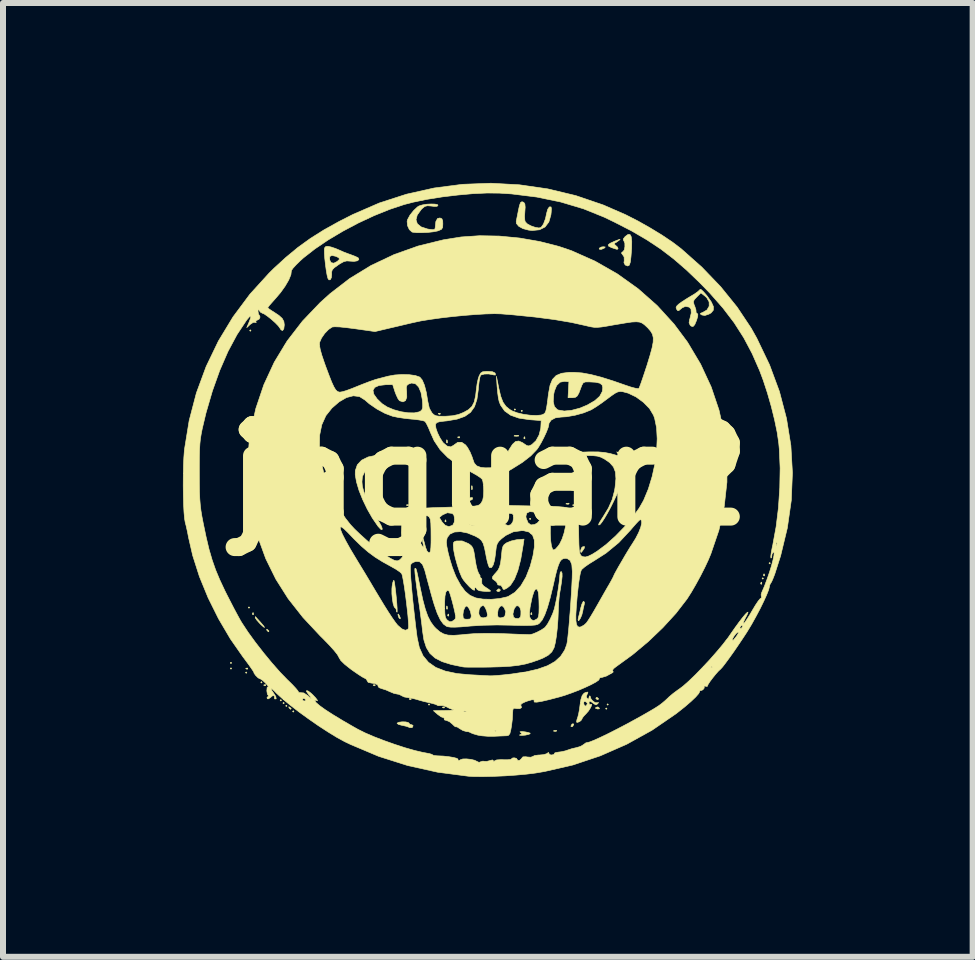
<source format=kicad_pcb>
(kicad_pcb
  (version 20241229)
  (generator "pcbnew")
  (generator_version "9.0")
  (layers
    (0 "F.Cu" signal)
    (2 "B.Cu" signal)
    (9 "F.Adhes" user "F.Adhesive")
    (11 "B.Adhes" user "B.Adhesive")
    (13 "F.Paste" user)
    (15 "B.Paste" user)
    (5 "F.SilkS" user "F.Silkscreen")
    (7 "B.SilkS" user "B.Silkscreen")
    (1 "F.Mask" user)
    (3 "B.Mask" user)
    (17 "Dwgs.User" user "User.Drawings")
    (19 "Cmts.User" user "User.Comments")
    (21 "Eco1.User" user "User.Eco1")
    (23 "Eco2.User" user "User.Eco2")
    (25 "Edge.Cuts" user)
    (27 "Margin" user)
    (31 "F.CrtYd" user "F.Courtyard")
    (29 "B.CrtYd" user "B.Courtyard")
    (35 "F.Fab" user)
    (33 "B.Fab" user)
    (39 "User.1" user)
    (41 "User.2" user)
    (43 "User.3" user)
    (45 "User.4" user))
  (footprint "jaguar2"
    (layer "F.Cu")
    (at 5.107 4.874)
    (property "Reference" "jaguar2" (at 0 0 0) (layer "F.SilkS") (effects (font (size 1.524 1.524) (thickness 0.3))))
    (attr through_hole)
    (fp_poly (pts (xy -4.295 3.129) (xy -4.306 3.14) (xy -4.318 3.129) (xy -4.306 3.117) (xy -4.295 3.129)) (stroke (width 0.01) (type solid)) (fill yes) (layer "F.SilkS"))
    (fp_poly (pts (xy -4.295 3.221) (xy -4.306 3.233) (xy -4.318 3.221) (xy -4.306 3.21) (xy -4.295 3.221)) (stroke (width 0.01) (type solid)) (fill yes) (layer "F.SilkS"))
    (fp_poly (pts (xy -4.041 3.29) (xy -4.052 3.302) (xy -4.064 3.29) (xy -4.052 3.279) (xy -4.041 3.29)) (stroke (width 0.01) (type solid)) (fill yes) (layer "F.SilkS"))
    (fp_poly (pts (xy -3.995 2.205) (xy -4.006 2.217) (xy -4.018 2.205) (xy -4.006 2.194) (xy -3.995 2.205)) (stroke (width 0.01) (type solid)) (fill yes) (layer "F.SilkS"))
    (fp_poly (pts (xy -3.972 -2.413) (xy -3.983 -2.401) (xy -3.995 -2.413) (xy -3.983 -2.425) (xy -3.972 -2.413)) (stroke (width 0.01) (type solid)) (fill yes) (layer "F.SilkS"))
    (fp_poly (pts (xy -3.787 3.452) (xy -3.798 3.464) (xy -3.81 3.452) (xy -3.798 3.441) (xy -3.787 3.452)) (stroke (width 0.01) (type solid)) (fill yes) (layer "F.SilkS"))
    (fp_poly (pts (xy -3.464 3.752) (xy -3.475 3.764) (xy -3.487 3.752) (xy -3.475 3.741) (xy -3.464 3.752)) (stroke (width 0.01) (type solid)) (fill yes) (layer "F.SilkS"))
    (fp_poly (pts (xy -3.417 3.798) (xy -3.429 3.81) (xy -3.441 3.798) (xy -3.429 3.787) (xy -3.417 3.798)) (stroke (width 0.01) (type solid)) (fill yes) (layer "F.SilkS"))
    (fp_poly (pts (xy -3.371 3.845) (xy -3.383 3.856) (xy -3.394 3.845) (xy -3.383 3.833) (xy -3.371 3.845)) (stroke (width 0.01) (type solid)) (fill yes) (layer "F.SilkS"))
    (fp_poly (pts (xy -3.256 3.937) (xy -3.267 3.949) (xy -3.279 3.937) (xy -3.267 3.925) (xy -3.256 3.937)) (stroke (width 0.01) (type solid)) (fill yes) (layer "F.SilkS"))
    (fp_poly (pts (xy -1.455 0.589) (xy -1.466 0.6) (xy -1.478 0.589) (xy -1.466 0.577) (xy -1.455 0.589)) (stroke (width 0.01) (type solid)) (fill yes) (layer "F.SilkS"))
    (fp_poly (pts (xy -0.993 3.822) (xy -1.004 3.833) (xy -1.016 3.822) (xy -1.004 3.81) (xy -0.993 3.822)) (stroke (width 0.01) (type solid)) (fill yes) (layer "F.SilkS"))
    (fp_poly (pts (xy -0.439 0.381) (xy -0.45 0.393) (xy -0.462 0.381) (xy -0.45 0.369) (xy -0.439 0.381)) (stroke (width 0.01) (type solid)) (fill yes) (layer "F.SilkS"))
    (fp_poly (pts (xy -0.3 0.75) (xy -0.312 0.762) (xy -0.323 0.75) (xy -0.312 0.739) (xy -0.3 0.75)) (stroke (width 0.01) (type solid)) (fill yes) (layer "F.SilkS"))
    (fp_poly (pts (xy 0.231 0.358) (xy 0.219 0.369) (xy 0.208 0.358) (xy 0.219 0.346) (xy 0.231 0.358)) (stroke (width 0.01) (type solid)) (fill yes) (layer "F.SilkS"))
    (fp_poly (pts (xy 0.439 -1.097) (xy 0.427 -1.085) (xy 0.416 -1.097) (xy 0.427 -1.108) (xy 0.439 -1.097)) (stroke (width 0.01) (type solid)) (fill yes) (layer "F.SilkS"))
    (fp_poly (pts (xy 0.554 -1.074) (xy 0.543 -1.062) (xy 0.531 -1.074) (xy 0.543 -1.085) (xy 0.554 -1.074)) (stroke (width 0.01) (type solid)) (fill yes) (layer "F.SilkS"))
    (fp_poly (pts (xy 0.693 0.727) (xy 0.681 0.739) (xy 0.67 0.727) (xy 0.681 0.716) (xy 0.693 0.727)) (stroke (width 0.01) (type solid)) (fill yes) (layer "F.SilkS"))
    (fp_poly (pts (xy 1.963 3.891) (xy 1.951 3.902) (xy 1.94 3.891) (xy 1.951 3.879) (xy 1.963 3.891)) (stroke (width 0.01) (type solid)) (fill yes) (layer "F.SilkS"))
    (fp_poly (pts (xy 1.986 3.822) (xy 1.974 3.833) (xy 1.963 3.822) (xy 1.974 3.81) (xy 1.986 3.822)) (stroke (width 0.01) (type solid)) (fill yes) (layer "F.SilkS"))
    (fp_poly (pts (xy 4.572 1.72) (xy 4.56 1.732) (xy 4.549 1.72) (xy 4.56 1.709) (xy 4.572 1.72)) (stroke (width 0.01) (type solid)) (fill yes) (layer "F.SilkS"))
    (fp_poly (pts (xy 4.687 1.466) (xy 4.676 1.478) (xy 4.664 1.466) (xy 4.676 1.455) (xy 4.687 1.466)) (stroke (width 0.01) (type solid)) (fill yes) (layer "F.SilkS"))
    (fp_poly (pts (xy -4.026 3.217) (xy -4.029 3.231) (xy -4.041 3.233) (xy -4.06 3.224) (xy -4.056 3.217) (xy -4.029 3.215) (xy -4.026 3.217)) (stroke (width 0.01) (type solid)) (fill yes) (layer "F.SilkS"))
    (fp_poly (pts (xy -3.933 2.294) (xy -3.93 2.321) (xy -3.933 2.324) (xy -3.947 2.321) (xy -3.949 2.309) (xy -3.94 2.29) (xy -3.933 2.294)) (stroke (width 0.01) (type solid)) (fill yes) (layer "F.SilkS"))
    (fp_poly (pts (xy -3.725 3.494) (xy -3.729 3.508) (xy -3.741 3.51) (xy -3.76 3.501) (xy -3.756 3.494) (xy -3.729 3.492) (xy -3.725 3.494)) (stroke (width 0.01) (type solid)) (fill yes) (layer "F.SilkS"))
    (fp_poly (pts (xy -1.901 3.494) (xy -1.904 3.508) (xy -1.917 3.51) (xy -1.936 3.501) (xy -1.932 3.494) (xy -1.905 3.492) (xy -1.901 3.494)) (stroke (width 0.01) (type solid)) (fill yes) (layer "F.SilkS"))
    (fp_poly (pts (xy -1.347 0.493) (xy -1.35 0.506) (xy -1.362 0.508) (xy -1.381 0.5) (xy -1.378 0.493) (xy -1.35 0.49) (xy -1.347 0.493)) (stroke (width 0.01) (type solid)) (fill yes) (layer "F.SilkS"))
    (fp_poly (pts (xy -1.301 3.725) (xy -1.304 3.739) (xy -1.316 3.741) (xy -1.335 3.732) (xy -1.332 3.725) (xy -1.304 3.723) (xy -1.301 3.725)) (stroke (width 0.01) (type solid)) (fill yes) (layer "F.SilkS"))
    (fp_poly (pts (xy -0.816 -1.031) (xy -0.819 -1.018) (xy -0.831 -1.016) (xy -0.85 -1.024) (xy -0.847 -1.031) (xy -0.819 -1.034) (xy -0.816 -1.031)) (stroke (width 0.01) (type solid)) (fill yes) (layer "F.SilkS"))
    (fp_poly (pts (xy -0.747 3.864) (xy -0.75 3.878) (xy -0.762 3.879) (xy -0.781 3.871) (xy -0.777 3.864) (xy -0.75 3.861) (xy -0.747 3.864)) (stroke (width 0.01) (type solid)) (fill yes) (layer "F.SilkS"))
    (fp_poly (pts (xy -0.724 0.747) (xy -0.721 0.774) (xy -0.724 0.777) (xy -0.737 0.774) (xy -0.739 0.762) (xy -0.73 0.743) (xy -0.724 0.747)) (stroke (width 0.01) (type solid)) (fill yes) (layer "F.SilkS"))
    (fp_poly (pts (xy -0.7 -0.582) (xy -0.697 -0.546) (xy -0.702 -0.537) (xy -0.712 -0.544) (xy -0.714 -0.568) (xy -0.708 -0.592) (xy -0.7 -0.582)) (stroke (width 0.01) (type solid)) (fill yes) (layer "F.SilkS"))
    (fp_poly (pts (xy -0.7 2.189) (xy -0.697 2.225) (xy -0.702 2.234) (xy -0.712 2.227) (xy -0.714 2.203) (xy -0.708 2.179) (xy -0.7 2.189)) (stroke (width 0.01) (type solid)) (fill yes) (layer "F.SilkS"))
    (fp_poly (pts (xy -0.677 2.317) (xy -0.675 2.344) (xy -0.677 2.348) (xy -0.691 2.344) (xy -0.693 2.332) (xy -0.684 2.313) (xy -0.677 2.317)) (stroke (width 0.01) (type solid)) (fill yes) (layer "F.SilkS"))
    (fp_poly (pts (xy -0.562 0.4) (xy -0.565 0.414) (xy -0.577 0.416) (xy -0.596 0.407) (xy -0.593 0.4) (xy -0.565 0.397) (xy -0.562 0.4)) (stroke (width 0.01) (type solid)) (fill yes) (layer "F.SilkS"))
    (fp_poly (pts (xy -0.493 -0.639) (xy -0.496 -0.625) (xy -0.508 -0.623) (xy -0.527 -0.632) (xy -0.523 -0.639) (xy -0.496 -0.642) (xy -0.493 -0.639)) (stroke (width 0.01) (type solid)) (fill yes) (layer "F.SilkS"))
    (fp_poly (pts (xy -0.285 0.179) (xy -0.282 0.226) (xy -0.285 0.237) (xy -0.293 0.24) (xy -0.297 0.208) (xy -0.293 0.175) (xy -0.285 0.179)) (stroke (width 0.01) (type solid)) (fill yes) (layer "F.SilkS"))
    (fp_poly (pts (xy 0.223 0.192) (xy 0.226 0.22) (xy 0.223 0.223) (xy 0.209 0.22) (xy 0.208 0.208) (xy 0.216 0.189) (xy 0.223 0.192)) (stroke (width 0.01) (type solid)) (fill yes) (layer "F.SilkS"))
    (fp_poly (pts (xy 0.269 0.724) (xy 0.272 0.751) (xy 0.269 0.754) (xy 0.256 0.751) (xy 0.254 0.739) (xy 0.262 0.72) (xy 0.269 0.724)) (stroke (width 0.01) (type solid)) (fill yes) (layer "F.SilkS"))
    (fp_poly (pts (xy 0.593 -0.639) (xy 0.595 -0.611) (xy 0.593 -0.608) (xy 0.579 -0.611) (xy 0.577 -0.623) (xy 0.586 -0.642) (xy 0.593 -0.639)) (stroke (width 0.01) (type solid)) (fill yes) (layer "F.SilkS"))
    (fp_poly (pts (xy 0.708 2.294) (xy 0.711 2.321) (xy 0.708 2.324) (xy 0.694 2.321) (xy 0.693 2.309) (xy 0.701 2.29) (xy 0.708 2.294)) (stroke (width 0.01) (type solid)) (fill yes) (layer "F.SilkS"))
    (fp_poly (pts (xy 1.101 0.77) (xy 1.103 0.797) (xy 1.101 0.8) (xy 1.087 0.797) (xy 1.085 0.785) (xy 1.094 0.766) (xy 1.101 0.77)) (stroke (width 0.01) (type solid)) (fill yes) (layer "F.SilkS"))
    (fp_poly (pts (xy 1.125 4.258) (xy 1.118 4.268) (xy 1.095 4.27) (xy 1.07 4.264) (xy 1.081 4.256) (xy 1.117 4.253) (xy 1.125 4.258)) (stroke (width 0.01) (type solid)) (fill yes) (layer "F.SilkS"))
    (fp_poly (pts (xy 1.333 0.471) (xy 1.326 0.481) (xy 1.303 0.483) (xy 1.278 0.477) (xy 1.289 0.469) (xy 1.325 0.466) (xy 1.333 0.471)) (stroke (width 0.01) (type solid)) (fill yes) (layer "F.SilkS"))
    (fp_poly (pts (xy 1.424 0.493) (xy 1.421 0.506) (xy 1.409 0.508) (xy 1.39 0.5) (xy 1.393 0.493) (xy 1.421 0.49) (xy 1.424 0.493)) (stroke (width 0.01) (type solid)) (fill yes) (layer "F.SilkS"))
    (fp_poly (pts (xy 4.541 1.786) (xy 4.544 1.813) (xy 4.541 1.816) (xy 4.527 1.813) (xy 4.526 1.801) (xy 4.534 1.782) (xy 4.541 1.786)) (stroke (width 0.01) (type solid)) (fill yes) (layer "F.SilkS"))
    (fp_poly (pts (xy 4.587 1.647) (xy 4.59 1.675) (xy 4.587 1.678) (xy 4.574 1.675) (xy 4.572 1.663) (xy 4.58 1.644) (xy 4.587 1.647)) (stroke (width 0.01) (type solid)) (fill yes) (layer "F.SilkS"))
    (fp_poly (pts (xy -3.698 2.572) (xy -3.673 2.596) (xy -3.678 2.609) (xy -3.682 2.609) (xy -3.701 2.593) (xy -3.708 2.583) (xy -3.711 2.567) (xy -3.698 2.572)) (stroke (width 0.01) (type solid)) (fill yes) (layer "F.SilkS"))
    (fp_poly (pts (xy -3.329 3.866) (xy -3.304 3.887) (xy -3.302 3.892) (xy -3.313 3.902) (xy -3.336 3.88) (xy -3.339 3.876) (xy -3.342 3.86) (xy -3.329 3.866)) (stroke (width 0.01) (type solid)) (fill yes) (layer "F.SilkS"))
    (fp_poly (pts (xy -1.498 2.34) (xy -1.483 2.378) (xy -1.484 2.393) (xy -1.5 2.384) (xy -1.51 2.366) (xy -1.523 2.322) (xy -1.517 2.313) (xy -1.498 2.34)) (stroke (width 0.01) (type solid)) (fill yes) (layer "F.SilkS"))
    (fp_poly (pts (xy 1.828 3.873) (xy 1.838 3.893) (xy 1.808 3.897) (xy 1.805 3.896) (xy 1.772 3.886) (xy 1.778 3.87) (xy 1.811 3.862) (xy 1.828 3.873)) (stroke (width 0.01) (type solid)) (fill yes) (layer "F.SilkS"))
    (fp_poly (pts (xy -1.589 1.265) (xy -1.571 1.294) (xy -1.574 1.304) (xy -1.598 1.304) (xy -1.601 1.301) (xy -1.616 1.265) (xy -1.616 1.262) (xy -1.605 1.253) (xy -1.589 1.265)) (stroke (width 0.01) (type solid)) (fill yes) (layer "F.SilkS"))
    (fp_poly (pts (xy -1.131 0.82) (xy -1.109 0.84) (xy -1.108 0.844) (xy -1.126 0.854) (xy -1.131 0.854) (xy -1.154 0.837) (xy -1.155 0.83) (xy -1.14 0.816) (xy -1.131 0.82)) (stroke (width 0.01) (type solid)) (fill yes) (layer "F.SilkS"))
    (fp_poly (pts (xy 0.184 1.911) (xy 0.185 1.917) (xy 0.166 1.937) (xy 0.149 1.94) (xy 0.125 1.928) (xy 0.127 1.917) (xy 0.157 1.894) (xy 0.163 1.893) (xy 0.184 1.911)) (stroke (width 0.01) (type solid)) (fill yes) (layer "F.SilkS"))
    (fp_poly (pts (xy 0.491 -0.662) (xy 0.492 -0.654) (xy 0.456 -0.651) (xy 0.45 -0.651) (xy 0.414 -0.654) (xy 0.418 -0.661) (xy 0.422 -0.663) (xy 0.472 -0.666) (xy 0.491 -0.662)) (stroke (width 0.01) (type solid)) (fill yes) (layer "F.SilkS"))
    (fp_poly (pts (xy 1.407 4.146) (xy 1.409 4.154) (xy 1.392 4.186) (xy 1.385 4.191) (xy 1.364 4.19) (xy 1.362 4.182) (xy 1.379 4.15) (xy 1.385 4.145) (xy 1.407 4.146)) (stroke (width 0.01) (type solid)) (fill yes) (layer "F.SilkS"))
    (fp_poly (pts (xy 1.493 0.545) (xy 1.489 0.554) (xy 1.469 0.576) (xy 1.465 0.577) (xy 1.455 0.559) (xy 1.455 0.554) (xy 1.472 0.532) (xy 1.479 0.531) (xy 1.493 0.545)) (stroke (width 0.01) (type solid)) (fill yes) (layer "F.SilkS"))
    (fp_poly (pts (xy 1.584 1.217) (xy 1.558 1.257) (xy 1.533 1.288) (xy 1.525 1.281) (xy 1.524 1.254) (xy 1.539 1.209) (xy 1.559 1.192) (xy 1.589 1.19) (xy 1.584 1.217)) (stroke (width 0.01) (type solid)) (fill yes) (layer "F.SilkS"))
    (fp_poly (pts (xy 1.801 3.706) (xy 1.823 3.727) (xy 1.824 3.731) (xy 1.806 3.74) (xy 1.801 3.741) (xy 1.779 3.723) (xy 1.778 3.716) (xy 1.792 3.702) (xy 1.801 3.706)) (stroke (width 0.01) (type solid)) (fill yes) (layer "F.SilkS"))
    (fp_poly (pts (xy -0.28 0.374) (xy -0.278 0.397) (xy -0.299 0.412) (xy -0.354 0.427) (xy -0.358 0.427) (xy -0.427 0.443) (xy -0.358 0.398) (xy -0.311 0.374) (xy -0.283 0.372) (xy -0.28 0.374)) (stroke (width 0.01) (type solid)) (fill yes) (layer "F.SilkS"))
    (fp_poly (pts (xy 1.934 -3.806) (xy 1.924 -3.792) (xy 1.917 -3.787) (xy 1.874 -3.768) (xy 1.841 -3.766) (xy 1.833 -3.782) (xy 1.836 -3.787) (xy 1.868 -3.805) (xy 1.901 -3.81) (xy 1.934 -3.806)) (stroke (width 0.01) (type solid)) (fill yes) (layer "F.SilkS"))
    (fp_poly (pts (xy -3.897 2.357) (xy -3.879 2.379) (xy -3.84 2.422) (xy -3.811 2.454) (xy -3.762 2.511) (xy -3.746 2.537) (xy -3.762 2.53) (xy -3.807 2.49) (xy -3.83 2.466) (xy -3.874 2.417) (xy -3.9 2.379) (xy -3.902 2.37) (xy -3.898 2.356) (xy -3.897 2.357)) (stroke (width 0.01) (type solid)) (fill yes) (layer "F.SilkS"))
    (fp_poly (pts (xy 0.602 4.279) (xy 0.645 4.288) (xy 0.683 4.3) (xy 0.679 4.311) (xy 0.657 4.32) (xy 0.6 4.333) (xy 0.543 4.337) (xy 0.505 4.334) (xy 0.511 4.326) (xy 0.517 4.325) (xy 0.546 4.312) (xy 0.531 4.295) (xy 0.529 4.293) (xy 0.513 4.277) (xy 0.539 4.273) (xy 0.543 4.272) (xy 0.602 4.279)) (stroke (width 0.01) (type solid)) (fill yes) (layer "F.SilkS"))
    (fp_poly (pts (xy 1.588 2.12) (xy 1.584 2.153) (xy 1.568 2.218) (xy 1.559 2.268) (xy 1.543 2.33) (xy 1.519 2.386) (xy 1.495 2.421) (xy 1.486 2.425) (xy 1.481 2.406) (xy 1.487 2.373) (xy 1.501 2.319) (xy 1.519 2.243) (xy 1.526 2.211) (xy 1.545 2.147) (xy 1.565 2.108) (xy 1.575 2.101) (xy 1.588 2.12)) (stroke (width 0.01) (type solid)) (fill yes) (layer "F.SilkS"))
    (fp_poly (pts (xy -1.397 4.112) (xy -1.353 4.121) (xy -1.339 4.133) (xy -1.321 4.154) (xy -1.305 4.156) (xy -1.274 4.168) (xy -1.27 4.178) (xy -1.286 4.208) (xy -1.327 4.207) (xy -1.339 4.201) (xy -1.384 4.185) (xy -1.45 4.17) (xy -1.461 4.168) (xy -1.513 4.154) (xy -1.536 4.137) (xy -1.535 4.132) (xy -1.506 4.118) (xy -1.454 4.111) (xy -1.397 4.112)) (stroke (width 0.01) (type solid)) (fill yes) (layer "F.SilkS"))
    (fp_poly (pts (xy 2.162 -3.915) (xy 2.161 -3.915) (xy 2.117 -3.883) (xy 2.092 -3.87) (xy 2.086 -3.852) (xy 2.107 -3.833) (xy 2.138 -3.804) (xy 2.148 -3.777) (xy 2.132 -3.766) (xy 2.13 -3.767) (xy 2.098 -3.776) (xy 2.044 -3.794) (xy 2.036 -3.797) (xy 1.992 -3.819) (xy 1.983 -3.841) (xy 2.014 -3.867) (xy 2.086 -3.9) (xy 2.113 -3.911) (xy 2.166 -3.931) (xy 2.181 -3.932) (xy 2.162 -3.915)) (stroke (width 0.01) (type solid)) (fill yes) (layer "F.SilkS"))
    (fp_poly (pts (xy -1.588 1.755) (xy -1.579 1.793) (xy -1.57 1.862) (xy -1.559 1.95) (xy -1.549 2.046) (xy -1.541 2.139) (xy -1.536 2.217) (xy -1.535 2.269) (xy -1.537 2.283) (xy -1.546 2.274) (xy -1.547 2.255) (xy -1.556 2.222) (xy -1.565 2.217) (xy -1.584 2.196) (xy -1.602 2.141) (xy -1.615 2.064) (xy -1.623 1.977) (xy -1.623 1.892) (xy -1.619 1.847) (xy -1.607 1.785) (xy -1.595 1.753) (xy -1.588 1.755)) (stroke (width 0.01) (type solid)) (fill yes) (layer "F.SilkS"))
    (fp_poly (pts (xy 2.347 -4.014) (xy 2.367 -3.977) (xy 2.376 -3.9) (xy 2.374 -3.783) (xy 2.363 -3.643) (xy 2.352 -3.553) (xy 2.335 -3.503) (xy 2.309 -3.489) (xy 2.271 -3.504) (xy 2.266 -3.507) (xy 2.246 -3.545) (xy 2.251 -3.578) (xy 2.249 -3.64) (xy 2.229 -3.67) (xy 2.205 -3.703) (xy 2.213 -3.719) (xy 2.227 -3.726) (xy 2.251 -3.756) (xy 2.262 -3.81) (xy 2.261 -3.869) (xy 2.244 -3.91) (xy 2.239 -3.915) (xy 2.235 -3.94) (xy 2.267 -3.981) (xy 2.314 -4.015) (xy 2.347 -4.014)) (stroke (width 0.01) (type solid)) (fill yes) (layer "F.SilkS"))
    (fp_poly (pts (xy 0.564 1.173) (xy 0.525 1.403) (xy 0.477 1.589) (xy 0.42 1.733) (xy 0.356 1.832) (xy 0.304 1.876) (xy 0.257 1.902) (xy 0.234 1.902) (xy 0.221 1.876) (xy 0.219 1.869) (xy 0.194 1.834) (xy 0.171 1.833) (xy 0.143 1.828) (xy 0.139 1.813) (xy 0.12 1.777) (xy 0.092 1.755) (xy 0.055 1.727) (xy 0.053 1.696) (xy 0.087 1.651) (xy 0.1 1.637) (xy 0.143 1.587) (xy 0.171 1.533) (xy 0.189 1.463) (xy 0.202 1.364) (xy 0.205 1.329) (xy 0.214 1.243) (xy 0.227 1.19) (xy 0.248 1.157) (xy 0.283 1.131) (xy 0.293 1.125) (xy 0.365 1.096) (xy 0.451 1.076) (xy 0.474 1.073) (xy 0.58 1.065) (xy 0.564 1.173)) (stroke (width 0.01) (type solid)) (fill yes) (layer "F.SilkS"))
    (fp_poly (pts (xy 0.576 -4.55) (xy 0.594 -4.523) (xy 0.599 -4.469) (xy 0.594 -4.397) (xy 0.589 -4.318) (xy 0.593 -4.253) (xy 0.601 -4.225) (xy 0.637 -4.189) (xy 0.698 -4.157) (xy 0.768 -4.133) (xy 0.829 -4.123) (xy 0.864 -4.132) (xy 0.904 -4.188) (xy 0.938 -4.279) (xy 0.957 -4.369) (xy 0.976 -4.436) (xy 1.002 -4.474) (xy 1.029 -4.474) (xy 1.031 -4.472) (xy 1.036 -4.444) (xy 1.033 -4.386) (xy 1.028 -4.341) (xy 0.994 -4.223) (xy 0.931 -4.14) (xy 0.839 -4.093) (xy 0.718 -4.081) (xy 0.658 -4.087) (xy 0.563 -4.112) (xy 0.492 -4.151) (xy 0.453 -4.198) (xy 0.45 -4.234) (xy 0.46 -4.284) (xy 0.475 -4.359) (xy 0.486 -4.416) (xy 0.505 -4.501) (xy 0.523 -4.548) (xy 0.546 -4.561) (xy 0.576 -4.55)) (stroke (width 0.01) (type solid)) (fill yes) (layer "F.SilkS"))
    (fp_poly (pts (xy -1.679 -0.344) (xy -1.532 -0.339) (xy -1.414 -0.328) (xy -1.328 -0.312) (xy -1.282 -0.291) (xy -1.275 -0.282) (xy -1.28 -0.269) (xy -1.31 -0.262) (xy -1.372 -0.262) (xy -1.472 -0.267) (xy -1.486 -0.268) (xy -1.645 -0.274) (xy -1.769 -0.263) (xy -1.868 -0.234) (xy -1.953 -0.183) (xy -2.011 -0.131) (xy -2.08 -0.051) (xy -2.115 0.023) (xy -2.122 0.109) (xy -2.116 0.181) (xy -2.095 0.262) (xy -2.054 0.37) (xy -1.997 0.494) (xy -1.929 0.623) (xy -1.857 0.746) (xy -1.844 0.766) (xy -1.804 0.836) (xy -1.785 0.885) (xy -1.787 0.908) (xy -1.809 0.9) (xy -1.85 0.856) (xy -1.855 0.85) (xy -1.949 0.713) (xy -2.035 0.562) (xy -2.11 0.406) (xy -2.171 0.253) (xy -2.213 0.112) (xy -2.234 -0.008) (xy -2.233 -0.076) (xy -2.199 -0.175) (xy -2.128 -0.251) (xy -2.019 -0.305) (xy -1.871 -0.336) (xy -1.683 -0.344) (xy -1.679 -0.344)) (stroke (width 0.01) (type solid)) (fill yes) (layer "F.SilkS"))
    (fp_poly (pts (xy -0.905 -4.521) (xy -0.863 -4.512) (xy -0.854 -4.502) (xy -0.869 -4.485) (xy -0.919 -4.483) (xy -0.961 -4.488) (xy -1.029 -4.494) (xy -1.074 -4.483) (xy -1.116 -4.449) (xy -1.134 -4.431) (xy -1.2 -4.34) (xy -1.221 -4.26) (xy -1.199 -4.193) (xy -1.135 -4.141) (xy -1.029 -4.106) (xy -0.999 -4.101) (xy -0.937 -4.094) (xy -0.909 -4.101) (xy -0.901 -4.126) (xy -0.9 -4.139) (xy -0.89 -4.231) (xy -0.862 -4.281) (xy -0.822 -4.29) (xy -0.79 -4.277) (xy -0.776 -4.243) (xy -0.774 -4.192) (xy -0.777 -4.133) (xy -0.796 -4.101) (xy -0.842 -4.08) (xy -0.866 -4.072) (xy -0.934 -4.059) (xy -1.024 -4.049) (xy -1.122 -4.045) (xy -1.21 -4.045) (xy -1.274 -4.052) (xy -1.288 -4.056) (xy -1.332 -4.096) (xy -1.362 -4.161) (xy -1.369 -4.232) (xy -1.362 -4.262) (xy -1.321 -4.338) (xy -1.26 -4.414) (xy -1.196 -4.474) (xy -1.17 -4.49) (xy -1.116 -4.507) (xy -1.045 -4.519) (xy -0.97 -4.523) (xy -0.905 -4.521)) (stroke (width 0.01) (type solid)) (fill yes) (layer "F.SilkS"))
    (fp_poly (pts (xy -2.638 -3.806) (xy -2.563 -3.781) (xy -2.495 -3.752) (xy -2.49 -3.75) (xy -2.43 -3.723) (xy -2.351 -3.693) (xy -2.317 -3.681) (xy -2.248 -3.655) (xy -2.197 -3.632) (xy -2.182 -3.622) (xy -2.174 -3.595) (xy -2.201 -3.575) (xy -2.254 -3.566) (xy -2.317 -3.57) (xy -2.375 -3.574) (xy -2.427 -3.561) (xy -2.49 -3.526) (xy -2.52 -3.506) (xy -2.584 -3.46) (xy -2.617 -3.425) (xy -2.628 -3.388) (xy -2.627 -3.35) (xy -2.632 -3.296) (xy -2.649 -3.262) (xy -2.672 -3.257) (xy -2.69 -3.283) (xy -2.704 -3.338) (xy -2.718 -3.419) (xy -2.731 -3.515) (xy -2.74 -3.597) (xy -2.662 -3.597) (xy -2.661 -3.592) (xy -2.637 -3.545) (xy -2.591 -3.536) (xy -2.534 -3.565) (xy -2.499 -3.599) (xy -2.506 -3.625) (xy -2.555 -3.65) (xy -2.556 -3.65) (xy -2.623 -3.665) (xy -2.658 -3.648) (xy -2.662 -3.597) (xy -2.74 -3.597) (xy -2.742 -3.613) (xy -2.748 -3.7) (xy -2.749 -3.764) (xy -2.745 -3.791) (xy -2.725 -3.814) (xy -2.689 -3.817) (xy -2.638 -3.806)) (stroke (width 0.01) (type solid)) (fill yes) (layer "F.SilkS"))
    (fp_poly (pts (xy -0.349 1.138) (xy -0.322 1.156) (xy -0.292 1.183) (xy -0.271 1.219) (xy -0.255 1.277) (xy -0.24 1.367) (xy -0.236 1.399) (xy -0.219 1.498) (xy -0.199 1.579) (xy -0.179 1.631) (xy -0.174 1.639) (xy -0.152 1.675) (xy -0.154 1.693) (xy -0.152 1.707) (xy -0.142 1.709) (xy -0.124 1.728) (xy -0.125 1.766) (xy -0.123 1.81) (xy -0.092 1.847) (xy -0.056 1.871) (xy -0.006 1.904) (xy 0.021 1.927) (xy 0.023 1.93) (xy 0.003 1.936) (xy -0.045 1.937) (xy -0.105 1.933) (xy -0.158 1.926) (xy -0.167 1.924) (xy -0.202 1.905) (xy -0.208 1.892) (xy -0.226 1.871) (xy -0.232 1.87) (xy -0.246 1.885) (xy -0.242 1.893) (xy -0.244 1.915) (xy -0.253 1.917) (xy -0.284 1.9) (xy -0.331 1.858) (xy -0.383 1.802) (xy -0.43 1.745) (xy -0.457 1.701) (xy -0.496 1.608) (xy -0.534 1.491) (xy -0.568 1.369) (xy -0.59 1.262) (xy -0.594 1.231) (xy -0.6 1.16) (xy -0.595 1.123) (xy -0.575 1.104) (xy -0.547 1.096) (xy -0.452 1.095) (xy -0.349 1.138)) (stroke (width 0.01) (type solid)) (fill yes) (layer "F.SilkS"))
    (fp_poly (pts (xy 1.822 -0.389) (xy 1.922 -0.38) (xy 2.017 -0.362) (xy 2.124 -0.332) (xy 2.164 -0.323) (xy 2.166 -0.335) (xy 2.147 -0.36) (xy 2.125 -0.39) (xy 2.133 -0.388) (xy 2.154 -0.372) (xy 2.182 -0.343) (xy 2.185 -0.33) (xy 2.186 -0.304) (xy 2.202 -0.253) (xy 2.207 -0.241) (xy 2.233 -0.151) (xy 2.236 -0.052) (xy 2.215 0.068) (xy 2.192 0.153) (xy 2.163 0.236) (xy 2.122 0.332) (xy 2.074 0.434) (xy 2.023 0.537) (xy 1.97 0.634) (xy 1.921 0.718) (xy 1.878 0.783) (xy 1.846 0.822) (xy 1.827 0.83) (xy 1.824 0.817) (xy 1.836 0.792) (xy 1.867 0.741) (xy 1.894 0.7) (xy 1.987 0.547) (xy 2.05 0.405) (xy 2.089 0.257) (xy 2.098 0.201) (xy 2.112 0.057) (xy 2.104 -0.054) (xy 2.071 -0.14) (xy 2.008 -0.211) (xy 1.924 -0.269) (xy 1.863 -0.301) (xy 1.803 -0.319) (xy 1.728 -0.327) (xy 1.638 -0.328) (xy 1.536 -0.326) (xy 1.438 -0.32) (xy 1.364 -0.312) (xy 1.36 -0.311) (xy 1.299 -0.304) (xy 1.275 -0.311) (xy 1.275 -0.327) (xy 1.307 -0.352) (xy 1.384 -0.372) (xy 1.503 -0.384) (xy 1.664 -0.39) (xy 1.697 -0.39) (xy 1.822 -0.389)) (stroke (width 0.01) (type solid)) (fill yes) (layer "F.SilkS"))
    (fp_poly (pts (xy 1.641 3.636) (xy 1.633 3.65) (xy 1.618 3.693) (xy 1.634 3.722) (xy 1.657 3.735) (xy 1.663 3.708) (xy 1.663 3.707) (xy 1.67 3.679) (xy 1.68 3.681) (xy 1.689 3.7) (xy 1.687 3.702) (xy 1.692 3.72) (xy 1.719 3.756) (xy 1.764 3.79) (xy 1.799 3.793) (xy 1.823 3.789) (xy 1.809 3.809) (xy 1.807 3.811) (xy 1.779 3.828) (xy 1.746 3.811) (xy 1.736 3.803) (xy 1.69 3.769) (xy 1.667 3.773) (xy 1.663 3.8) (xy 1.675 3.823) (xy 1.688 3.82) (xy 1.707 3.818) (xy 1.704 3.843) (xy 1.684 3.884) (xy 1.653 3.932) (xy 1.615 3.975) (xy 1.614 3.976) (xy 1.571 4.021) (xy 1.548 4.056) (xy 1.547 4.062) (xy 1.529 4.09) (xy 1.501 4.11) (xy 1.464 4.122) (xy 1.455 4.112) (xy 1.462 4.075) (xy 1.476 4.034) (xy 1.49 3.98) (xy 1.505 3.901) (xy 1.512 3.844) (xy 1.52 3.787) (xy 1.573 3.787) (xy 1.58 3.824) (xy 1.599 3.85) (xy 1.622 3.837) (xy 1.637 3.805) (xy 1.621 3.783) (xy 1.589 3.767) (xy 1.573 3.787) (xy 1.52 3.787) (xy 1.528 3.739) (xy 1.55 3.671) (xy 1.582 3.633) (xy 1.614 3.619) (xy 1.645 3.615) (xy 1.641 3.636)) (stroke (width 0.01) (type solid)) (fill yes) (layer "F.SilkS"))
    (fp_poly (pts (xy 3.533 -3.096) (xy 3.57 -3.062) (xy 3.62 -3.005) (xy 3.633 -2.989) (xy 3.703 -2.889) (xy 3.738 -2.811) (xy 3.736 -2.752) (xy 3.698 -2.707) (xy 3.663 -2.687) (xy 3.595 -2.664) (xy 3.546 -2.672) (xy 3.544 -2.673) (xy 3.518 -2.691) (xy 3.531 -2.704) (xy 3.558 -2.714) (xy 3.63 -2.756) (xy 3.667 -2.819) (xy 3.666 -2.891) (xy 3.627 -2.96) (xy 3.6 -2.985) (xy 3.529 -3.041) (xy 3.46 -2.972) (xy 3.418 -2.927) (xy 3.404 -2.892) (xy 3.414 -2.848) (xy 3.428 -2.814) (xy 3.446 -2.759) (xy 3.449 -2.728) (xy 3.446 -2.724) (xy 3.446 -2.715) (xy 3.46 -2.704) (xy 3.477 -2.685) (xy 3.476 -2.649) (xy 3.457 -2.584) (xy 3.426 -2.51) (xy 3.397 -2.479) (xy 3.366 -2.487) (xy 3.349 -2.504) (xy 3.332 -2.543) (xy 3.341 -2.599) (xy 3.346 -2.612) (xy 3.368 -2.705) (xy 3.364 -2.771) (xy 3.335 -2.803) (xy 3.271 -2.816) (xy 3.217 -2.792) (xy 3.195 -2.774) (xy 3.16 -2.745) (xy 3.139 -2.747) (xy 3.122 -2.773) (xy 3.115 -2.795) (xy 3.125 -2.82) (xy 3.157 -2.852) (xy 3.215 -2.894) (xy 3.304 -2.951) (xy 3.422 -3.022) (xy 3.476 -3.06) (xy 3.511 -3.092) (xy 3.516 -3.1) (xy 3.533 -3.096)) (stroke (width 0.01) (type solid)) (fill yes) (layer "F.SilkS"))
    (fp_poly (pts (xy -1.223 1.557) (xy -1.213 1.582) (xy -1.201 1.632) (xy -1.184 1.712) (xy -1.16 1.829) (xy -1.147 1.893) (xy -1.106 2.083) (xy -1.066 2.232) (xy -1.024 2.35) (xy -0.977 2.443) (xy -0.923 2.518) (xy -0.889 2.554) (xy -0.825 2.609) (xy -0.761 2.645) (xy -0.687 2.665) (xy -0.592 2.669) (xy -0.467 2.66) (xy -0.405 2.653) (xy -0.252 2.641) (xy -0.062 2.636) (xy 0.155 2.639) (xy 0.23 2.641) (xy 0.365 2.646) (xy 0.486 2.651) (xy 0.584 2.654) (xy 0.651 2.656) (xy 0.677 2.657) (xy 0.726 2.646) (xy 0.794 2.618) (xy 0.865 2.581) (xy 0.921 2.544) (xy 0.933 2.533) (xy 0.973 2.479) (xy 1.017 2.398) (xy 1.058 2.307) (xy 1.085 2.228) (xy 1.105 2.143) (xy 1.127 2.034) (xy 1.147 1.917) (xy 1.163 1.806) (xy 1.174 1.714) (xy 1.177 1.667) (xy 1.184 1.616) (xy 1.2 1.605) (xy 1.202 1.606) (xy 1.214 1.631) (xy 1.215 1.688) (xy 1.205 1.78) (xy 1.184 1.912) (xy 1.177 1.951) (xy 1.166 2.033) (xy 1.157 2.139) (xy 1.152 2.246) (xy 1.152 2.251) (xy 1.146 2.401) (xy 1.135 2.547) (xy 1.12 2.681) (xy 1.102 2.791) (xy 1.083 2.867) (xy 1.081 2.875) (xy 1.043 2.945) (xy 0.985 2.999) (xy 0.898 3.047) (xy 0.834 3.073) (xy 0.715 3.115) (xy 0.602 3.147) (xy 0.486 3.169) (xy 0.354 3.184) (xy 0.197 3.193) (xy 0.023 3.198) (xy -0.113 3.2) (xy -0.236 3.2) (xy -0.338 3.2) (xy -0.41 3.198) (xy -0.439 3.195) (xy -0.633 3.155) (xy -0.786 3.107) (xy -0.903 3.047) (xy -0.989 2.97) (xy -1.049 2.871) (xy -1.089 2.747) (xy -1.113 2.591) (xy -1.113 2.589) (xy -1.123 2.497) (xy -1.139 2.373) (xy -1.158 2.229) (xy -1.18 2.077) (xy -1.194 1.98) (xy -1.212 1.847) (xy -1.227 1.731) (xy -1.237 1.639) (xy -1.241 1.577) (xy -1.24 1.555) (xy -1.231 1.55) (xy -1.223 1.557)) (stroke (width 0.01) (type solid)) (fill yes) (layer "F.SilkS"))
    (fp_poly (pts (xy 0.503 -4.843) (xy 0.975 -4.775) (xy 1.442 -4.663) (xy 1.9 -4.507) (xy 2.274 -4.344) (xy 2.478 -4.24) (xy 2.683 -4.124) (xy 2.88 -4.004) (xy 3.056 -3.886) (xy 3.198 -3.778) (xy 3.545 -3.47) (xy 3.858 -3.144) (xy 4.133 -2.804) (xy 4.367 -2.453) (xy 4.462 -2.283) (xy 4.673 -1.842) (xy 4.838 -1.397) (xy 4.956 -0.948) (xy 5.029 -0.496) (xy 5.055 -0.041) (xy 5.036 0.418) (xy 4.97 0.879) (xy 4.858 1.343) (xy 4.76 1.649) (xy 4.731 1.723) (xy 4.707 1.778) (xy 4.692 1.8) (xy 4.676 1.831) (xy 4.671 1.859) (xy 4.658 1.911) (xy 4.625 1.994) (xy 4.576 2.102) (xy 4.516 2.225) (xy 4.447 2.355) (xy 4.375 2.485) (xy 4.346 2.533) (xy 4.293 2.62) (xy 4.226 2.722) (xy 4.152 2.832) (xy 4.077 2.942) (xy 4.004 3.044) (xy 3.94 3.131) (xy 3.89 3.196) (xy 3.858 3.231) (xy 3.856 3.233) (xy 3.822 3.264) (xy 3.776 3.316) (xy 3.726 3.378) (xy 3.681 3.438) (xy 3.649 3.487) (xy 3.639 3.512) (xy 3.639 3.513) (xy 3.632 3.522) (xy 3.609 3.517) (xy 3.582 3.513) (xy 3.583 3.52) (xy 3.584 3.548) (xy 3.561 3.577) (xy 3.533 3.589) (xy 3.527 3.587) (xy 3.511 3.594) (xy 3.51 3.604) (xy 3.492 3.64) (xy 3.441 3.698) (xy 3.362 3.773) (xy 3.26 3.861) (xy 3.14 3.956) (xy 3.113 3.977) (xy 2.715 4.25) (xy 2.293 4.484) (xy 1.851 4.678) (xy 1.393 4.831) (xy 0.923 4.939) (xy 0.776 4.964) (xy 0.625 4.983) (xy 0.449 4.999) (xy 0.261 5.012) (xy 0.074 5.02) (xy -0.102 5.024) (xy -0.254 5.023) (xy -0.346 5.018) (xy -0.86 4.951) (xy -1.359 4.84) (xy -1.844 4.686) (xy -2.315 4.487) (xy -2.413 4.44) (xy -2.541 4.37) (xy -2.688 4.28) (xy -2.848 4.176) (xy -3.012 4.062) (xy -3.172 3.946) (xy -3.319 3.832) (xy -3.429 3.741) (xy -3.117 3.741) (xy -3.098 3.761) (xy -3.081 3.764) (xy -3.057 3.753) (xy -3.06 3.741) (xy -3.089 3.719) (xy -3.096 3.718) (xy -3.117 3.735) (xy -3.117 3.741) (xy -3.429 3.741) (xy -3.447 3.726) (xy -3.546 3.635) (xy -3.582 3.598) (xy -3.621 3.561) (xy -3.636 3.559) (xy -3.625 3.588) (xy -3.593 3.635) (xy -3.559 3.689) (xy -3.552 3.724) (xy -3.556 3.729) (xy -3.579 3.729) (xy -3.582 3.69) (xy -3.582 3.689) (xy -3.592 3.672) (xy -3.621 3.681) (xy -3.648 3.706) (xy -3.682 3.728) (xy -3.7 3.726) (xy -3.705 3.705) (xy -3.691 3.692) (xy -3.676 3.675) (xy -3.683 3.672) (xy -3.699 3.651) (xy -3.707 3.601) (xy -3.708 3.592) (xy -3.703 3.538) (xy -3.687 3.525) (xy -3.685 3.526) (xy -3.683 3.52) (xy -3.708 3.489) (xy -3.728 3.467) (xy -3.775 3.422) (xy -3.812 3.397) (xy -3.821 3.394) (xy -3.853 3.378) (xy -3.892 3.34) (xy -3.921 3.3) (xy -3.925 3.284) (xy -3.939 3.26) (xy -3.975 3.207) (xy -4.029 3.132) (xy -4.094 3.044) (xy -4.101 3.036) (xy -4.317 2.726) (xy -4.514 2.391) (xy -4.687 2.043) (xy -4.832 1.689) (xy -4.944 1.339) (xy -5.013 1.039) (xy -5.032 0.94) (xy -5.054 0.842) (xy -5.069 0.785) (xy -5.08 0.72) (xy -5.089 0.618) (xy -5.096 0.487) (xy -5.1 0.336) (xy -5.102 0.174) (xy -5.101 0.009) (xy -5.098 -0.149) (xy -5.098 -0.158) (xy -4.834 -0.158) (xy -4.834 -0.035) (xy -4.833 0.141) (xy -4.831 0.28) (xy -4.826 0.394) (xy -4.818 0.492) (xy -4.807 0.586) (xy -4.791 0.684) (xy -4.769 0.797) (xy -4.72 1.032) (xy -4.672 1.234) (xy -4.62 1.412) (xy -4.562 1.578) (xy -4.493 1.743) (xy -4.41 1.92) (xy -4.383 1.974) (xy -4.317 2.103) (xy -4.253 2.227) (xy -4.195 2.335) (xy -4.149 2.419) (xy -4.125 2.459) (xy -4.023 2.614) (xy -3.899 2.785) (xy -3.762 2.961) (xy -3.622 3.131) (xy -3.486 3.285) (xy -3.364 3.411) (xy -3.351 3.423) (xy -3.281 3.492) (xy -3.226 3.551) (xy -3.193 3.591) (xy -3.187 3.602) (xy -3.173 3.623) (xy -3.169 3.623) (xy -3.093 3.629) (xy -3.021 3.676) (xy -3.008 3.689) (xy -2.976 3.719) (xy -2.968 3.718) (xy -2.983 3.69) (xy -3.021 3.642) (xy -3.021 3.642) (xy -3.048 3.603) (xy -3.044 3.589) (xy -3.017 3.599) (xy -2.973 3.632) (xy -2.946 3.657) (xy -2.894 3.712) (xy -2.866 3.749) (xy -2.866 3.761) (xy -2.886 3.752) (xy -2.907 3.751) (xy -2.909 3.757) (xy -2.887 3.79) (xy -2.827 3.842) (xy -2.731 3.911) (xy -2.602 3.994) (xy -2.442 4.091) (xy -2.255 4.199) (xy -2.189 4.236) (xy -2.073 4.294) (xy -1.925 4.358) (xy -1.756 4.423) (xy -1.579 4.486) (xy -1.404 4.543) (xy -1.242 4.589) (xy -1.106 4.621) (xy -1.056 4.63) (xy -0.993 4.642) (xy -0.953 4.655) (xy -0.947 4.661) (xy -0.926 4.671) (xy -0.876 4.677) (xy -0.86 4.678) (xy -0.766 4.682) (xy -0.675 4.692) (xy -0.597 4.705) (xy -0.542 4.719) (xy -0.52 4.733) (xy -0.521 4.735) (xy -0.52 4.754) (xy -0.496 4.753) (xy -0.476 4.741) (xy -0.44 4.73) (xy -0.378 4.729) (xy -0.306 4.737) (xy -0.243 4.752) (xy -0.209 4.769) (xy -0.169 4.788) (xy -0.149 4.779) (xy -0.105 4.766) (xy -0.088 4.769) (xy -0.042 4.771) (xy 0.008 4.758) (xy 0.054 4.746) (xy 0.069 4.759) (xy 0.07 4.763) (xy 0.075 4.779) (xy 0.088 4.763) (xy 0.124 4.746) (xy 0.202 4.741) (xy 0.238 4.743) (xy 0.309 4.743) (xy 0.356 4.738) (xy 0.369 4.73) (xy 0.389 4.714) (xy 0.416 4.711) (xy 0.453 4.72) (xy 0.462 4.734) (xy 0.477 4.755) (xy 0.508 4.752) (xy 0.537 4.727) (xy 0.54 4.72) (xy 0.562 4.695) (xy 0.609 4.693) (xy 0.633 4.697) (xy 0.693 4.701) (xy 0.726 4.689) (xy 0.727 4.688) (xy 0.757 4.673) (xy 0.816 4.665) (xy 0.84 4.664) (xy 0.907 4.658) (xy 0.957 4.643) (xy 0.965 4.637) (xy 0.988 4.621) (xy 0.993 4.637) (xy 1.012 4.659) (xy 1.039 4.664) (xy 1.077 4.656) (xy 1.085 4.645) (xy 1.089 4.632) (xy 1.108 4.624) (xy 1.153 4.616) (xy 1.201 4.61) (xy 1.269 4.595) (xy 1.316 4.579) (xy 1.38 4.558) (xy 1.454 4.541) (xy 1.458 4.54) (xy 1.522 4.521) (xy 1.567 4.494) (xy 1.571 4.491) (xy 1.612 4.461) (xy 1.634 4.457) (xy 1.677 4.446) (xy 1.755 4.415) (xy 1.86 4.367) (xy 1.989 4.305) (xy 2.134 4.231) (xy 2.289 4.15) (xy 2.45 4.062) (xy 2.546 4.009) (xy 2.666 3.94) (xy 2.756 3.887) (xy 2.823 3.844) (xy 2.879 3.803) (xy 2.932 3.758) (xy 2.991 3.703) (xy 2.993 3.7) (xy 3.065 3.639) (xy 3.143 3.581) (xy 3.16 3.57) (xy 3.233 3.515) (xy 3.328 3.431) (xy 3.439 3.324) (xy 3.557 3.202) (xy 3.561 3.198) (xy 3.695 3.198) (xy 3.706 3.21) (xy 3.718 3.198) (xy 3.706 3.187) (xy 3.695 3.198) (xy 3.561 3.198) (xy 3.678 3.073) (xy 3.793 2.942) (xy 3.897 2.818) (xy 3.942 2.759) (xy 4.052 2.759) (xy 4.065 2.753) (xy 4.1 2.713) (xy 4.136 2.663) (xy 4.155 2.628) (xy 4.156 2.623) (xy 4.145 2.615) (xy 4.119 2.635) (xy 4.089 2.671) (xy 4.064 2.712) (xy 4.056 2.732) (xy 4.052 2.759) (xy 3.942 2.759) (xy 3.983 2.707) (xy 4.013 2.663) (xy 4.091 2.551) (xy 4.097 2.543) (xy 4.179 2.543) (xy 4.194 2.555) (xy 4.203 2.552) (xy 4.225 2.521) (xy 4.226 2.514) (xy 4.211 2.502) (xy 4.203 2.505) (xy 4.18 2.536) (xy 4.179 2.543) (xy 4.097 2.543) (xy 4.162 2.453) (xy 4.223 2.374) (xy 4.271 2.316) (xy 4.303 2.285) (xy 4.315 2.282) (xy 4.305 2.312) (xy 4.297 2.33) (xy 4.265 2.391) (xy 4.249 2.425) (xy 4.237 2.46) (xy 4.244 2.471) (xy 4.262 2.452) (xy 4.297 2.401) (xy 4.344 2.326) (xy 4.387 2.252) (xy 4.439 2.165) (xy 4.484 2.098) (xy 4.518 2.057) (xy 4.533 2.048) (xy 4.545 2.047) (xy 4.538 2.033) (xy 4.533 1.991) (xy 4.543 1.955) (xy 4.589 1.848) (xy 4.632 1.733) (xy 4.672 1.618) (xy 4.706 1.509) (xy 4.731 1.413) (xy 4.747 1.338) (xy 4.75 1.291) (xy 4.739 1.278) (xy 4.737 1.28) (xy 4.715 1.314) (xy 4.711 1.344) (xy 4.705 1.377) (xy 4.696 1.379) (xy 4.694 1.351) (xy 4.702 1.289) (xy 4.718 1.204) (xy 4.73 1.15) (xy 4.731 1.141) (xy 4.782 1.141) (xy 4.786 1.171) (xy 4.794 1.171) (xy 4.799 1.14) (xy 4.796 1.127) (xy 4.785 1.118) (xy 4.782 1.141) (xy 4.731 1.141) (xy 4.783 0.859) (xy 4.822 0.54) (xy 4.844 0.209) (xy 4.85 -0.118) (xy 4.837 -0.426) (xy 4.827 -0.534) (xy 4.801 -0.714) (xy 4.758 -0.922) (xy 4.703 -1.145) (xy 4.638 -1.372) (xy 4.567 -1.588) (xy 4.509 -1.743) (xy 4.383 -2.03) (xy 4.243 -2.294) (xy 4.083 -2.544) (xy 3.897 -2.788) (xy 3.679 -3.036) (xy 3.51 -3.21) (xy 3.29 -3.421) (xy 3.075 -3.607) (xy 2.858 -3.773) (xy 2.627 -3.926) (xy 2.375 -4.073) (xy 2.091 -4.219) (xy 1.917 -4.303) (xy 1.57 -4.443) (xy 1.192 -4.556) (xy 0.79 -4.639) (xy 0.372 -4.691) (xy 0.171 -4.704) (xy -0.035 -4.706) (xy -0.272 -4.695) (xy -0.526 -4.672) (xy -0.785 -4.641) (xy -1.035 -4.601) (xy -1.263 -4.554) (xy -1.418 -4.514) (xy -1.664 -4.432) (xy -1.924 -4.327) (xy -2.187 -4.204) (xy -2.445 -4.067) (xy -2.688 -3.922) (xy -2.908 -3.773) (xy -3.096 -3.626) (xy -3.155 -3.573) (xy -3.221 -3.508) (xy -3.271 -3.453) (xy -3.297 -3.416) (xy -3.299 -3.409) (xy -3.307 -3.344) (xy -3.343 -3.256) (xy -3.403 -3.153) (xy -3.481 -3.044) (xy -3.556 -2.956) (xy -3.617 -2.887) (xy -3.665 -2.833) (xy -3.69 -2.799) (xy -3.693 -2.794) (xy -3.675 -2.776) (xy -3.63 -2.745) (xy -3.597 -2.725) (xy -3.507 -2.665) (xy -3.451 -2.614) (xy -3.424 -2.563) (xy -3.417 -2.507) (xy -3.425 -2.442) (xy -3.445 -2.413) (xy -3.471 -2.424) (xy -3.489 -2.452) (xy -3.518 -2.492) (xy -3.57 -2.545) (xy -3.634 -2.602) (xy -3.699 -2.653) (xy -3.753 -2.69) (xy -3.783 -2.702) (xy -3.814 -2.719) (xy -3.831 -2.742) (xy -3.849 -2.767) (xy -3.855 -2.751) (xy -3.855 -2.732) (xy -3.847 -2.686) (xy -3.834 -2.668) (xy -3.821 -2.639) (xy -3.835 -2.605) (xy -3.868 -2.586) (xy -3.872 -2.586) (xy -3.893 -2.573) (xy -3.889 -2.56) (xy -3.886 -2.544) (xy -3.901 -2.55) (xy -3.937 -2.548) (xy -3.986 -2.515) (xy -3.986 -2.515) (xy -4.043 -2.461) (xy -4.007 -2.546) (xy -3.979 -2.62) (xy -3.974 -2.655) (xy -3.992 -2.649) (xy -4.032 -2.603) (xy -4.047 -2.584) (xy -4.206 -2.344) (xy -4.356 -2.064) (xy -4.493 -1.749) (xy -4.616 -1.405) (xy -4.723 -1.038) (xy -4.785 -0.777) (xy -4.802 -0.691) (xy -4.815 -0.611) (xy -4.824 -0.526) (xy -4.83 -0.428) (xy -4.833 -0.309) (xy -4.834 -0.158) (xy -5.098 -0.158) (xy -5.092 -0.292) (xy -5.083 -0.412) (xy -5.08 -0.438) (xy -5.003 -0.912) (xy -4.883 -1.371) (xy -4.72 -1.813) (xy -4.516 -2.237) (xy -4.272 -2.64) (xy -3.99 -3.019) (xy -3.669 -3.372) (xy -3.592 -3.448) (xy -3.388 -3.635) (xy -3.188 -3.8) (xy -2.98 -3.95) (xy -2.756 -4.091) (xy -2.506 -4.23) (xy -2.274 -4.348) (xy -1.834 -4.539) (xy -1.38 -4.686) (xy -0.916 -4.79) (xy -0.446 -4.851) (xy 0.029 -4.869) (xy 0.503 -4.843)) (stroke (width 0.01) (type solid)) (fill yes) (layer "F.SilkS"))
    (fp_poly (pts (xy 0.169 -3.988) (xy 0.508 -3.955) (xy 0.842 -3.897) (xy 1.16 -3.816) (xy 1.374 -3.743) (xy 1.767 -3.568) (xy 2.138 -3.356) (xy 2.483 -3.109) (xy 2.799 -2.83) (xy 3.081 -2.521) (xy 3.306 -2.219) (xy 3.524 -1.853) (xy 3.7 -1.474) (xy 3.831 -1.086) (xy 3.919 -0.69) (xy 3.963 -0.289) (xy 3.963 0.114) (xy 3.918 0.517) (xy 3.829 0.917) (xy 3.695 1.31) (xy 3.654 1.409) (xy 3.595 1.535) (xy 3.523 1.677) (xy 3.445 1.82) (xy 3.369 1.951) (xy 3.302 2.056) (xy 3.296 2.065) (xy 3.113 2.302) (xy 2.894 2.541) (xy 2.65 2.774) (xy 2.389 2.992) (xy 2.122 3.186) (xy 2.12 3.187) (xy 2.073 3.224) (xy 2.055 3.251) (xy 2.059 3.258) (xy 2.067 3.28) (xy 2.052 3.293) (xy 1.953 3.348) (xy 1.877 3.371) (xy 1.866 3.371) (xy 1.836 3.381) (xy 1.836 3.395) (xy 1.824 3.416) (xy 1.776 3.449) (xy 1.7 3.49) (xy 1.602 3.536) (xy 1.491 3.584) (xy 1.373 3.629) (xy 1.257 3.67) (xy 1.176 3.694) (xy 1.005 3.739) (xy 0.877 3.769) (xy 0.793 3.783) (xy 0.751 3.781) (xy 0.748 3.767) (xy 0.748 3.745) (xy 0.712 3.743) (xy 0.645 3.762) (xy 0.6 3.778) (xy 0.543 3.806) (xy 0.524 3.829) (xy 0.531 3.845) (xy 0.538 3.874) (xy 0.51 3.891) (xy 0.458 3.89) (xy 0.441 3.887) (xy 0.408 3.884) (xy 0.394 3.909) (xy 0.391 3.952) (xy 0.385 4.068) (xy 0.371 4.181) (xy 0.36 4.243) (xy 0.344 4.307) (xy 0.32 4.337) (xy 0.292 4.343) (xy 0.244 4.345) (xy 0.167 4.348) (xy 0.081 4.352) (xy -0.021 4.352) (xy -0.122 4.344) (xy -0.189 4.333) (xy -0.256 4.314) (xy -0.303 4.296) (xy -0.314 4.289) (xy -0.349 4.275) (xy -0.382 4.272) (xy -0.426 4.26) (xy 0.092 4.26) (xy 0.104 4.272) (xy 0.115 4.26) (xy 0.104 4.249) (xy 0.092 4.26) (xy -0.426 4.26) (xy -0.435 4.258) (xy -0.493 4.224) (xy -0.493 4.224) (xy -0.534 4.197) (xy -0.554 4.193) (xy -0.554 4.195) (xy -0.568 4.192) (xy -0.601 4.163) (xy -0.613 4.15) (xy -0.664 4.108) (xy -0.712 4.088) (xy -0.718 4.087) (xy -0.749 4.078) (xy -0.75 4.064) (xy -0.755 4.043) (xy -0.766 4.041) (xy -0.803 4.027) (xy -0.853 3.992) (xy -0.864 3.983) (xy -0.91 3.943) (xy -0.429 3.943) (xy -0.406 3.947) (xy -0.376 3.942) (xy -0.376 3.935) (xy -0.407 3.929) (xy -0.42 3.933) (xy -0.429 3.943) (xy -0.91 3.943) (xy -0.931 3.925) (xy -0.737 3.922) (xy -0.657 3.92) (xy -0.606 3.916) (xy -0.591 3.911) (xy -0.599 3.909) (xy -0.662 3.887) (xy -0.708 3.863) (xy -0.765 3.841) (xy -0.808 3.84) (xy -0.85 3.842) (xy -0.865 3.835) (xy -0.891 3.821) (xy -0.95 3.804) (xy -1.009 3.79) (xy -1.096 3.77) (xy -1.175 3.748) (xy -1.212 3.737) (xy -1.289 3.717) (xy -1.357 3.707) (xy -1.418 3.696) (xy -1.46 3.676) (xy -1.46 3.675) (xy -1.505 3.653) (xy -1.534 3.648) (xy -1.588 3.637) (xy -1.65 3.611) (xy -1.651 3.611) (xy -1.723 3.579) (xy -1.79 3.558) (xy -1.835 3.542) (xy -1.851 3.524) (xy -1.851 3.523) (xy -1.86 3.495) (xy -1.904 3.473) (xy -1.968 3.464) (xy -1.968 3.464) (xy -2.018 3.453) (xy -2.032 3.431) (xy -2.051 3.398) (xy -2.078 3.383) (xy -2.116 3.363) (xy -2.18 3.322) (xy -2.26 3.267) (xy -2.309 3.232) (xy -2.411 3.151) (xy -2.476 3.087) (xy -2.506 3.037) (xy -2.508 3.031) (xy -2.532 2.989) (xy -2.587 2.92) (xy -2.671 2.827) (xy -2.779 2.716) (xy -2.817 2.679) (xy -3.106 2.37) (xy -3.353 2.056) (xy -3.558 1.732) (xy -3.726 1.391) (xy -3.858 1.029) (xy -3.901 0.866) (xy -2.486 0.866) (xy -2.479 0.907) (xy -2.449 0.982) (xy -2.394 1.09) (xy -2.316 1.23) (xy -2.214 1.4) (xy -2.174 1.466) (xy -2.124 1.548) (xy -2.057 1.658) (xy -1.98 1.787) (xy -1.899 1.924) (xy -1.834 2.032) (xy -1.758 2.158) (xy -1.684 2.276) (xy -1.617 2.378) (xy -1.562 2.456) (xy -1.527 2.5) (xy -1.457 2.561) (xy -1.4 2.584) (xy -1.359 2.57) (xy -1.346 2.549) (xy -1.344 2.512) (xy -1.348 2.439) (xy -1.356 2.339) (xy -1.369 2.221) (xy -1.384 2.093) (xy -1.4 1.966) (xy -1.417 1.848) (xy -1.434 1.748) (xy -1.448 1.676) (xy -1.459 1.641) (xy -1.491 1.611) (xy -1.529 1.585) (xy -1.315 1.585) (xy -1.31 1.678) (xy -1.308 1.717) (xy -1.295 1.873) (xy -1.277 2.065) (xy -1.253 2.284) (xy -1.226 2.519) (xy -1.202 2.705) (xy -1.166 2.871) (xy -1.104 3.009) (xy -1.013 3.119) (xy -0.891 3.204) (xy -0.733 3.265) (xy -0.539 3.306) (xy -0.323 3.326) (xy -0.21 3.332) (xy -0.107 3.338) (xy -0.028 3.342) (xy 0.012 3.344) (xy 0.061 3.343) (xy 0.145 3.337) (xy 0.251 3.327) (xy 0.368 3.314) (xy 0.37 3.314) (xy 0.53 3.29) (xy 2.009 3.29) (xy 2.02 3.302) (xy 2.032 3.29) (xy 2.02 3.279) (xy 2.009 3.29) (xy 0.53 3.29) (xy 0.61 3.279) (xy 0.809 3.233) (xy 0.97 3.176) (xy 1.095 3.106) (xy 1.19 3.019) (xy 1.258 2.915) (xy 1.293 2.82) (xy 1.302 2.772) (xy 1.312 2.687) (xy 1.324 2.572) (xy 1.336 2.435) (xy 1.344 2.328) (xy 1.444 2.328) (xy 1.445 2.423) (xy 1.454 2.486) (xy 1.473 2.521) (xy 1.501 2.532) (xy 1.529 2.527) (xy 1.582 2.497) (xy 1.62 2.462) (xy 1.648 2.422) (xy 1.692 2.353) (xy 1.745 2.264) (xy 1.792 2.182) (xy 1.854 2.073) (xy 1.917 1.962) (xy 1.972 1.866) (xy 2.001 1.817) (xy 2.04 1.747) (xy 2.068 1.694) (xy 2.078 1.67) (xy 2.089 1.646) (xy 2.119 1.591) (xy 2.161 1.516) (xy 2.212 1.429) (xy 2.264 1.339) (xy 2.314 1.256) (xy 2.355 1.189) (xy 2.379 1.153) (xy 2.442 1.052) (xy 2.492 0.954) (xy 2.526 0.867) (xy 2.542 0.797) (xy 2.538 0.752) (xy 2.518 0.739) (xy 2.496 0.756) (xy 2.453 0.801) (xy 2.396 0.866) (xy 2.355 0.914) (xy 2.16 1.123) (xy 1.946 1.299) (xy 1.752 1.423) (xy 1.666 1.476) (xy 1.594 1.526) (xy 1.546 1.567) (xy 1.536 1.579) (xy 1.521 1.621) (xy 1.505 1.704) (xy 1.488 1.82) (xy 1.472 1.965) (xy 1.466 2.022) (xy 1.452 2.195) (xy 1.444 2.328) (xy 1.344 2.328) (xy 1.348 2.285) (xy 1.359 2.129) (xy 1.369 1.976) (xy 1.377 1.834) (xy 1.383 1.71) (xy 1.385 1.614) (xy 1.385 1.601) (xy 1.377 1.491) (xy 1.349 1.421) (xy 1.301 1.389) (xy 1.273 1.385) (xy 1.235 1.39) (xy 1.205 1.407) (xy 1.177 1.443) (xy 1.152 1.503) (xy 1.124 1.592) (xy 1.093 1.717) (xy 1.065 1.842) (xy 1.016 2.045) (xy 0.97 2.206) (xy 0.926 2.327) (xy 0.882 2.414) (xy 0.836 2.468) (xy 0.809 2.486) (xy 0.767 2.497) (xy 0.692 2.503) (xy 0.58 2.505) (xy 0.426 2.502) (xy 0.366 2.5) (xy 0.128 2.496) (xy -0.106 2.501) (xy -0.317 2.514) (xy -0.335 2.516) (xy -0.473 2.528) (xy -0.574 2.533) (xy -0.645 2.532) (xy -0.694 2.525) (xy -0.713 2.518) (xy -0.765 2.48) (xy -0.816 2.409) (xy -0.867 2.301) (xy -0.918 2.153) (xy -0.933 2.104) (xy -0.743 2.104) (xy -0.743 2.22) (xy -0.74 2.299) (xy -0.735 2.349) (xy -0.725 2.381) (xy -0.71 2.404) (xy -0.703 2.411) (xy -0.662 2.443) (xy -0.626 2.44) (xy -0.59 2.417) (xy -0.571 2.4) (xy -0.561 2.379) (xy -0.562 2.343) (xy -0.565 2.325) (xy -0.439 2.325) (xy -0.434 2.377) (xy -0.412 2.398) (xy -0.369 2.401) (xy -0.32 2.396) (xy -0.302 2.369) (xy -0.3 2.337) (xy -0.307 2.302) (xy -0.174 2.302) (xy -0.171 2.32) (xy -0.145 2.367) (xy -0.103 2.378) (xy -0.055 2.369) (xy -0.034 2.355) (xy -0.03 2.316) (xy -0.034 2.3) (xy 0.139 2.3) (xy 0.143 2.354) (xy 0.164 2.375) (xy 0.194 2.378) (xy 0.242 2.365) (xy 0.263 2.342) (xy 0.268 2.313) (xy 0.394 2.313) (xy 0.405 2.366) (xy 0.433 2.385) (xy 0.49 2.391) (xy 0.519 2.365) (xy 0.527 2.334) (xy 0.528 2.299) (xy 0.67 2.299) (xy 0.675 2.364) (xy 0.697 2.403) (xy 0.735 2.423) (xy 0.758 2.415) (xy 0.787 2.401) (xy 0.809 2.383) (xy 0.822 2.352) (xy 0.829 2.297) (xy 0.831 2.209) (xy 0.831 2.187) (xy 0.829 2.091) (xy 0.825 2.008) (xy 0.818 1.953) (xy 0.817 1.945) (xy 0.796 1.899) (xy 0.772 1.898) (xy 0.746 1.939) (xy 0.719 2.021) (xy 0.708 2.067) (xy 0.681 2.202) (xy 0.67 2.299) (xy 0.528 2.299) (xy 0.528 2.259) (xy 0.511 2.205) (xy 0.483 2.176) (xy 0.45 2.179) (xy 0.419 2.22) (xy 0.415 2.23) (xy 0.394 2.313) (xy 0.268 2.313) (xy 0.276 2.274) (xy 0.25 2.212) (xy 0.245 2.205) (xy 0.215 2.175) (xy 0.186 2.184) (xy 0.176 2.192) (xy 0.149 2.236) (xy 0.139 2.299) (xy 0.139 2.3) (xy -0.034 2.3) (xy -0.043 2.261) (xy -0.067 2.207) (xy -0.094 2.174) (xy -0.105 2.171) (xy -0.144 2.191) (xy -0.169 2.24) (xy -0.174 2.302) (xy -0.307 2.302) (xy -0.314 2.269) (xy -0.338 2.219) (xy -0.367 2.182) (xy -0.387 2.182) (xy -0.408 2.206) (xy -0.43 2.259) (xy -0.439 2.325) (xy -0.565 2.325) (xy -0.573 2.284) (xy -0.594 2.192) (xy -0.6 2.168) (xy -0.625 2.073) (xy -0.648 1.993) (xy -0.666 1.942) (xy -0.673 1.929) (xy -0.701 1.918) (xy -0.723 1.948) (xy -0.738 2.014) (xy -0.743 2.104) (xy -0.933 2.104) (xy -0.97 1.974) (xy -1.002 1.854) (xy -1.034 1.737) (xy -1.06 1.638) (xy -1.077 1.576) (xy -1.113 1.486) (xy -1.163 1.44) (xy -1.227 1.437) (xy -1.271 1.455) (xy -1.294 1.47) (xy -1.309 1.49) (xy -1.315 1.526) (xy -1.315 1.585) (xy -1.529 1.585) (xy -1.552 1.569) (xy -1.629 1.525) (xy -1.633 1.523) (xy -1.778 1.443) (xy -1.903 1.365) (xy -2.017 1.281) (xy -2.132 1.182) (xy -2.257 1.06) (xy -2.355 0.957) (xy -2.424 0.89) (xy -2.468 0.86) (xy -2.486 0.866) (xy -3.901 0.866) (xy -3.958 0.641) (xy -3.997 0.439) (xy -4.011 0.316) (xy -4.02 0.159) (xy -4.023 -0.018) (xy -4.022 -0.204) (xy -4.015 -0.385) (xy -4.009 -0.464) (xy -2.831 -0.464) (xy -2.803 -0.232) (xy -2.746 0.018) (xy -2.665 0.251) (xy -2.547 0.488) (xy -2.398 0.716) (xy -2.313 0.824) (xy -2.246 0.896) (xy -2.152 0.986) (xy -2.043 1.084) (xy -1.929 1.181) (xy -1.821 1.266) (xy -1.743 1.323) (xy -1.65 1.384) (xy -1.583 1.418) (xy -1.536 1.428) (xy -1.499 1.415) (xy -1.467 1.386) (xy -1.447 1.36) (xy -1.438 1.329) (xy -1.436 1.281) (xy -1.443 1.205) (xy -1.452 1.133) (xy -1.466 0.957) (xy -1.458 0.817) (xy -1.444 0.774) (xy -1.243 0.774) (xy -1.241 0.86) (xy -1.226 0.949) (xy -1.223 0.958) (xy -1.203 1.013) (xy -1.176 1.073) (xy -1.147 1.129) (xy -1.12 1.174) (xy -1.1 1.199) (xy -1.093 1.195) (xy -1.096 1.178) (xy -1.109 1.113) (xy -1.121 1.039) (xy -1.131 0.958) (xy -1.107 1.039) (xy -1.083 1.12) (xy -1.061 1.204) (xy -1.06 1.206) (xy -1.037 1.265) (xy -1.008 1.292) (xy -1.004 1.293) (xy -0.989 1.285) (xy -0.979 1.257) (xy -0.973 1.202) (xy -0.97 1.112) (xy -0.97 1.108) (xy -0.715 1.108) (xy -0.707 1.186) (xy -0.685 1.293) (xy -0.653 1.414) (xy -0.615 1.537) (xy -0.573 1.646) (xy -0.551 1.698) (xy -0.475 1.836) (xy -0.401 1.935) (xy -0.321 2.002) (xy -0.229 2.043) (xy -0.219 2.046) (xy -0.103 2.065) (xy 0.035 2.068) (xy 0.175 2.055) (xy 0.295 2.028) (xy 0.321 2.018) (xy 0.429 1.951) (xy 0.527 1.843) (xy 0.613 1.697) (xy 0.683 1.517) (xy 0.729 1.343) (xy 0.753 1.193) (xy 0.751 1.078) (xy 0.722 0.997) (xy 0.686 0.967) (xy 1.018 0.967) (xy 1.024 1.088) (xy 1.037 1.179) (xy 1.056 1.233) (xy 1.076 1.247) (xy 1.106 1.229) (xy 1.148 1.182) (xy 1.175 1.144) (xy 1.215 1.062) (xy 1.248 0.962) (xy 1.271 0.857) (xy 1.282 0.762) (xy 1.276 0.689) (xy 1.269 0.668) (xy 1.245 0.639) (xy 1.203 0.627) (xy 1.136 0.628) (xy 1.028 0.635) (xy 1.02 0.82) (xy 1.018 0.967) (xy 0.686 0.967) (xy 0.664 0.947) (xy 0.576 0.925) (xy 0.537 0.924) (xy 0.401 0.943) (xy 0.276 1.003) (xy 0.203 1.059) (xy 0.16 1.101) (xy 0.134 1.14) (xy 0.118 1.193) (xy 0.108 1.274) (xy 0.105 1.303) (xy 0.089 1.415) (xy 0.066 1.495) (xy 0.039 1.538) (xy 0.009 1.54) (xy 0.001 1.534) (xy -0.014 1.501) (xy -0.033 1.435) (xy -0.052 1.348) (xy -0.057 1.318) (xy -0.079 1.209) (xy -0.101 1.136) (xy -0.13 1.086) (xy -0.173 1.049) (xy -0.233 1.015) (xy -0.361 0.963) (xy -0.478 0.94) (xy -0.578 0.946) (xy -0.654 0.98) (xy -0.701 1.04) (xy -0.715 1.108) (xy -0.97 1.108) (xy -0.97 1.033) (xy -0.971 0.896) (xy -0.974 0.798) (xy -0.983 0.733) (xy -0.996 0.704) (xy -0.832 0.704) (xy -0.786 0.779) (xy -0.733 0.836) (xy -0.672 0.856) (xy -0.615 0.835) (xy -0.605 0.827) (xy -0.583 0.782) (xy -0.578 0.722) (xy -0.579 0.716) (xy -0.386 0.716) (xy -0.371 0.758) (xy -0.328 0.819) (xy -0.275 0.842) (xy -0.222 0.825) (xy -0.182 0.771) (xy -0.174 0.745) (xy -0.176 0.683) (xy -0.182 0.676) (xy 0.2 0.676) (xy 0.201 0.704) (xy 0.222 0.77) (xy 0.257 0.815) (xy 0.313 0.839) (xy 0.362 0.823) (xy 0.395 0.773) (xy 0.404 0.713) (xy 0.403 0.682) (xy 0.611 0.682) (xy 0.615 0.713) (xy 0.647 0.792) (xy 0.694 0.828) (xy 0.757 0.821) (xy 0.804 0.794) (xy 0.846 0.745) (xy 0.85 0.696) (xy 0.835 0.652) (xy 0.796 0.625) (xy 0.757 0.614) (xy 0.676 0.606) (xy 0.627 0.63) (xy 0.611 0.682) (xy 0.403 0.682) (xy 0.402 0.665) (xy 0.386 0.642) (xy 0.345 0.635) (xy 0.3 0.635) (xy 0.236 0.637) (xy 0.207 0.648) (xy 0.2 0.676) (xy -0.182 0.676) (xy -0.211 0.641) (xy -0.267 0.625) (xy -0.332 0.64) (xy -0.358 0.655) (xy -0.385 0.682) (xy -0.386 0.716) (xy -0.579 0.716) (xy -0.589 0.667) (xy -0.614 0.637) (xy -0.699 0.625) (xy -0.776 0.659) (xy -0.783 0.664) (xy -0.832 0.704) (xy -0.996 0.704) (xy -1 0.695) (xy -1.028 0.677) (xy -1.069 0.672) (xy -1.117 0.674) (xy -1.235 0.681) (xy -1.243 0.774) (xy -1.444 0.774) (xy -1.425 0.71) (xy -1.368 0.633) (xy -1.3 0.588) (xy -1.263 0.574) (xy -1.216 0.563) (xy -1.151 0.554) (xy -1.063 0.547) (xy -0.945 0.541) (xy -0.79 0.536) (xy -0.697 0.533) (xy -0.529 0.528) (xy -0.402 0.524) (xy -0.309 0.519) (xy -0.243 0.514) (xy -0.199 0.506) (xy -0.171 0.496) (xy -0.152 0.483) (xy -0.137 0.465) (xy -0.136 0.465) (xy -0.109 0.416) (xy -0.096 0.347) (xy -0.092 0.261) (xy -0.096 0.177) (xy -0.096 0.172) (xy 0.109 0.172) (xy 0.112 0.261) (xy 0.122 0.349) (xy 0.135 0.422) (xy 0.153 0.465) (xy 0.153 0.465) (xy 0.169 0.478) (xy 0.196 0.488) (xy 0.238 0.495) (xy 0.302 0.501) (xy 0.393 0.505) (xy 0.517 0.508) (xy 0.68 0.511) (xy 0.747 0.512) (xy 0.951 0.515) (xy 1.113 0.52) (xy 1.239 0.531) (xy 1.333 0.55) (xy 1.4 0.581) (xy 1.444 0.626) (xy 1.471 0.69) (xy 1.485 0.775) (xy 1.49 0.885) (xy 1.492 1.013) (xy 1.495 1.147) (xy 1.5 1.241) (xy 1.511 1.303) (xy 1.528 1.339) (xy 1.556 1.357) (xy 1.595 1.362) (xy 1.608 1.362) (xy 1.651 1.35) (xy 1.718 1.317) (xy 1.792 1.271) (xy 1.793 1.271) (xy 1.947 1.156) (xy 2.103 1.016) (xy 2.253 0.862) (xy 2.388 0.702) (xy 2.5 0.548) (xy 2.574 0.418) (xy 2.653 0.228) (xy 2.716 0.021) (xy 2.763 -0.193) (xy 2.791 -0.406) (xy 2.8 -0.609) (xy 2.79 -0.793) (xy 2.758 -0.948) (xy 2.739 -1.001) (xy 2.672 -1.113) (xy 2.57 -1.217) (xy 2.448 -1.306) (xy 2.317 -1.369) (xy 2.227 -1.393) (xy 2.184 -1.397) (xy 2.144 -1.39) (xy 2.099 -1.368) (xy 2.036 -1.325) (xy 1.965 -1.272) (xy 1.876 -1.206) (xy 1.787 -1.145) (xy 1.714 -1.1) (xy 1.692 -1.088) (xy 1.573 -1.04) (xy 1.431 -1.001) (xy 1.288 -0.976) (xy 1.195 -0.97) (xy 1.102 -0.957) (xy 1.033 -0.92) (xy 0.996 -0.867) (xy 0.993 -0.842) (xy 0.982 -0.795) (xy 0.953 -0.72) (xy 0.912 -0.632) (xy 0.866 -0.543) (xy 0.82 -0.466) (xy 0.793 -0.428) (xy 0.693 -0.324) (xy 0.553 -0.215) (xy 0.377 -0.105) (xy 0.318 -0.071) (xy 0.235 -0.024) (xy 0.169 0.017) (xy 0.129 0.046) (xy 0.123 0.053) (xy 0.112 0.098) (xy 0.109 0.172) (xy -0.096 0.172) (xy -0.105 0.106) (xy -0.115 0.07) (xy -0.145 0.041) (xy -0.206 0.000291) (xy -0.288 -0.046) (xy -0.329 -0.067) (xy -0.531 -0.178) (xy -0.692 -0.297) (xy -0.819 -0.427) (xy -0.918 -0.575) (xy -0.98 -0.713) (xy -1.014 -0.795) (xy -1.046 -0.86) (xy -1.069 -0.896) (xy -1.071 -0.898) (xy -1.106 -0.911) (xy -1.174 -0.923) (xy -1.263 -0.934) (xy -1.294 -0.936) (xy -1.405 -0.948) (xy -1.516 -0.964) (xy -1.606 -0.983) (xy -1.614 -0.985) (xy -1.738 -1.032) (xy -1.872 -1.104) (xy -1.999 -1.191) (xy -2.073 -1.255) (xy -2.163 -1.312) (xy -2.266 -1.325) (xy -2.379 -1.296) (xy -2.502 -1.225) (xy -2.623 -1.12) (xy -2.724 -0.993) (xy -2.792 -0.842) (xy -2.828 -0.667) (xy -2.831 -0.464) (xy -4.009 -0.464) (xy -4.003 -0.55) (xy -3.986 -0.686) (xy -3.985 -0.693) (xy -3.892 -1.112) (xy -3.758 -1.509) (xy -3.584 -1.885) (xy -3.415 -2.164) (xy -2.83 -2.164) (xy -2.818 -2.098) (xy -2.792 -2.004) (xy -2.749 -1.877) (xy -2.727 -1.815) (xy -2.671 -1.666) (xy -2.627 -1.554) (xy -2.591 -1.476) (xy -2.561 -1.426) (xy -2.532 -1.398) (xy -2.503 -1.387) (xy -2.488 -1.386) (xy -2.442 -1.394) (xy -2.37 -1.416) (xy -1.938 -1.416) (xy -1.925 -1.352) (xy -1.869 -1.273) (xy -1.786 -1.193) (xy -1.701 -1.138) (xy -1.593 -1.093) (xy -1.474 -1.06) (xy -1.356 -1.042) (xy -1.25 -1.04) (xy -1.169 -1.057) (xy -1.144 -1.07) (xy -1.121 -1.094) (xy -1.11 -1.128) (xy -1.11 -1.187) (xy -1.115 -1.254) (xy -1.138 -1.381) (xy -1.177 -1.472) (xy -1.23 -1.525) (xy -1.294 -1.538) (xy -1.346 -1.52) (xy -1.373 -1.498) (xy -1.383 -1.462) (xy -1.377 -1.396) (xy -1.377 -1.391) (xy -1.375 -1.302) (xy -1.396 -1.245) (xy -1.438 -1.224) (xy -1.496 -1.243) (xy -1.497 -1.244) (xy -1.521 -1.276) (xy -1.55 -1.337) (xy -1.57 -1.388) (xy -1.61 -1.512) (xy -1.725 -1.51) (xy -1.838 -1.497) (xy -1.909 -1.465) (xy -1.938 -1.416) (xy -2.37 -1.416) (xy -2.369 -1.417) (xy -2.282 -1.449) (xy -2.263 -1.457) (xy -2.119 -1.515) (xy -1.999 -1.561) (xy -1.91 -1.592) (xy -1.87 -1.604) (xy -1.831 -1.614) (xy -1.763 -1.632) (xy -1.686 -1.652) (xy -1.575 -1.672) (xy -1.454 -1.68) (xy -1.335 -1.677) (xy -1.233 -1.663) (xy -1.161 -1.638) (xy -1.157 -1.636) (xy -1.117 -1.588) (xy -1.08 -1.501) (xy -1.049 -1.38) (xy -1.026 -1.239) (xy -0.999 -1.118) (xy -0.957 -1.043) (xy -0.926 -1.011) (xy -0.892 -0.993) (xy -0.843 -0.985) (xy -0.764 -0.984) (xy -0.732 -0.984) (xy -0.612 -0.992) (xy -0.514 -1.013) (xy -0.429 -1.047) (xy -0.346 -1.093) (xy -0.288 -1.148) (xy -0.25 -1.223) (xy -0.227 -1.327) (xy -0.215 -1.428) (xy -0.203 -1.521) (xy -0.185 -1.606) (xy -0.168 -1.657) (xy -0.143 -1.703) (xy -0.111 -1.725) (xy -0.058 -1.731) (xy -0.023 -1.732) (xy 0.054 -1.726) (xy 0.094 -1.707) (xy 0.101 -1.696) (xy 0.103 -1.671) (xy 0.074 -1.673) (xy 0.063 -1.676) (xy -0.008 -1.689) (xy -0.08 -1.688) (xy -0.134 -1.673) (xy -0.144 -1.666) (xy -0.156 -1.634) (xy -0.168 -1.568) (xy -0.179 -1.479) (xy -0.183 -1.424) (xy -0.205 -1.266) (xy -0.246 -1.142) (xy -0.312 -1.049) (xy -0.407 -0.982) (xy -0.536 -0.936) (xy -0.704 -0.907) (xy -0.747 -0.903) (xy -0.827 -0.893) (xy -0.871 -0.88) (xy -0.891 -0.859) (xy -0.896 -0.84) (xy -0.889 -0.785) (xy -0.863 -0.709) (xy -0.823 -0.627) (xy -0.778 -0.555) (xy -0.766 -0.54) (xy -0.702 -0.486) (xy -0.641 -0.473) (xy -0.587 -0.504) (xy -0.585 -0.507) (xy -0.524 -0.55) (xy -0.459 -0.55) (xy -0.395 -0.506) (xy -0.363 -0.465) (xy -0.319 -0.386) (xy -0.284 -0.301) (xy -0.279 -0.283) (xy -0.25 -0.203) (xy -0.209 -0.157) (xy -0.146 -0.133) (xy -0.139 -0.131) (xy -0.069 -0.124) (xy 0.017 -0.125) (xy 0.105 -0.133) (xy 0.177 -0.145) (xy 0.22 -0.162) (xy 0.22 -0.162) (xy 0.248 -0.207) (xy 0.254 -0.24) (xy 0.265 -0.284) (xy 0.294 -0.353) (xy 0.331 -0.427) (xy 0.388 -0.516) (xy 0.439 -0.563) (xy 0.492 -0.571) (xy 0.554 -0.544) (xy 0.577 -0.528) (xy 0.626 -0.495) (xy 0.661 -0.489) (xy 0.702 -0.507) (xy 0.711 -0.512) (xy 0.779 -0.576) (xy 0.831 -0.671) (xy 0.859 -0.783) (xy 0.861 -0.813) (xy 0.866 -0.912) (xy 0.667 -0.927) (xy 0.493 -0.953) (xy 0.357 -1.001) (xy 0.256 -1.073) (xy 0.188 -1.171) (xy 0.165 -1.231) (xy 0.152 -1.291) (xy 0.14 -1.379) (xy 0.132 -1.475) (xy 0.131 -1.478) (xy 0.12 -1.651) (xy 0.16 -1.448) (xy 0.192 -1.315) (xy 0.229 -1.219) (xy 0.278 -1.149) (xy 0.344 -1.095) (xy 0.389 -1.07) (xy 0.47 -1.04) (xy 0.572 -1.016) (xy 0.682 -1.001) (xy 0.784 -0.997) (xy 0.864 -1.004) (xy 0.89 -1.012) (xy 0.913 -1.024) (xy 0.93 -1.041) (xy 0.943 -1.07) (xy 0.955 -1.119) (xy 0.967 -1.195) (xy 0.972 -1.23) (xy 1.067 -1.23) (xy 1.086 -1.146) (xy 1.133 -1.096) (xy 1.15 -1.088) (xy 1.25 -1.071) (xy 1.374 -1.083) (xy 1.514 -1.12) (xy 1.637 -1.172) (xy 1.761 -1.244) (xy 1.842 -1.317) (xy 1.885 -1.397) (xy 1.893 -1.46) (xy 1.882 -1.505) (xy 1.844 -1.535) (xy 1.773 -1.551) (xy 1.665 -1.557) (xy 1.603 -1.556) (xy 1.568 -1.542) (xy 1.545 -1.503) (xy 1.526 -1.454) (xy 1.495 -1.371) (xy 1.467 -1.322) (xy 1.437 -1.3) (xy 1.394 -1.293) (xy 1.383 -1.293) (xy 1.314 -1.293) (xy 1.328 -1.559) (xy 1.255 -1.566) (xy 1.182 -1.552) (xy 1.124 -1.497) (xy 1.086 -1.404) (xy 1.075 -1.35) (xy 1.067 -1.23) (xy 0.972 -1.23) (xy 0.981 -1.306) (xy 0.989 -1.366) (xy 1.014 -1.501) (xy 1.054 -1.598) (xy 1.116 -1.663) (xy 1.205 -1.7) (xy 1.329 -1.716) (xy 1.42 -1.716) (xy 1.549 -1.706) (xy 1.697 -1.679) (xy 1.871 -1.634) (xy 2.076 -1.569) (xy 2.271 -1.501) (xy 2.361 -1.471) (xy 2.436 -1.451) (xy 2.483 -1.444) (xy 2.494 -1.446) (xy 2.507 -1.474) (xy 2.531 -1.538) (xy 2.563 -1.631) (xy 2.601 -1.745) (xy 2.632 -1.839) (xy 2.681 -2) (xy 2.715 -2.124) (xy 2.733 -2.219) (xy 2.735 -2.292) (xy 2.721 -2.352) (xy 2.69 -2.404) (xy 2.644 -2.457) (xy 2.626 -2.474) (xy 2.585 -2.512) (xy 2.547 -2.538) (xy 2.505 -2.554) (xy 2.45 -2.559) (xy 2.376 -2.555) (xy 2.274 -2.54) (xy 2.137 -2.517) (xy 2.082 -2.508) (xy 1.958 -2.486) (xy 1.868 -2.472) (xy 1.802 -2.466) (xy 1.748 -2.467) (xy 1.695 -2.475) (xy 1.633 -2.489) (xy 1.609 -2.495) (xy 1.369 -2.548) (xy 1.087 -2.596) (xy 0.763 -2.638) (xy 0.395 -2.675) (xy 0.196 -2.691) (xy 0.087 -2.694) (xy -0.059 -2.69) (xy -0.23 -2.68) (xy -0.418 -2.665) (xy -0.612 -2.646) (xy -0.803 -2.624) (xy -0.982 -2.599) (xy -1.137 -2.574) (xy -1.235 -2.553) (xy -1.316 -2.535) (xy -1.426 -2.509) (xy -1.548 -2.48) (xy -1.639 -2.459) (xy -1.905 -2.396) (xy -2.237 -2.443) (xy -2.377 -2.461) (xy -2.492 -2.473) (xy -2.575 -2.476) (xy -2.618 -2.472) (xy -2.679 -2.431) (xy -2.743 -2.365) (xy -2.797 -2.287) (xy -2.828 -2.216) (xy -2.829 -2.21) (xy -2.83 -2.164) (xy -3.415 -2.164) (xy -3.37 -2.238) (xy -3.114 -2.57) (xy -2.817 -2.881) (xy -2.655 -3.027) (xy -2.327 -3.28) (xy -1.97 -3.498) (xy -1.588 -3.679) (xy -1.186 -3.822) (xy -0.767 -3.925) (xy -0.469 -3.973) (xy -0.161 -3.994) (xy 0.169 -3.988)) (stroke (width 0.01) (type solid)) (fill yes) (layer "F.SilkS")))
  (gr_rect
    (start -3 -3)
    (end 13.167 12.903)
    (stroke (width 0.1) (type default))
    (fill no)
    (layer "Edge.Cuts")))
</source>
